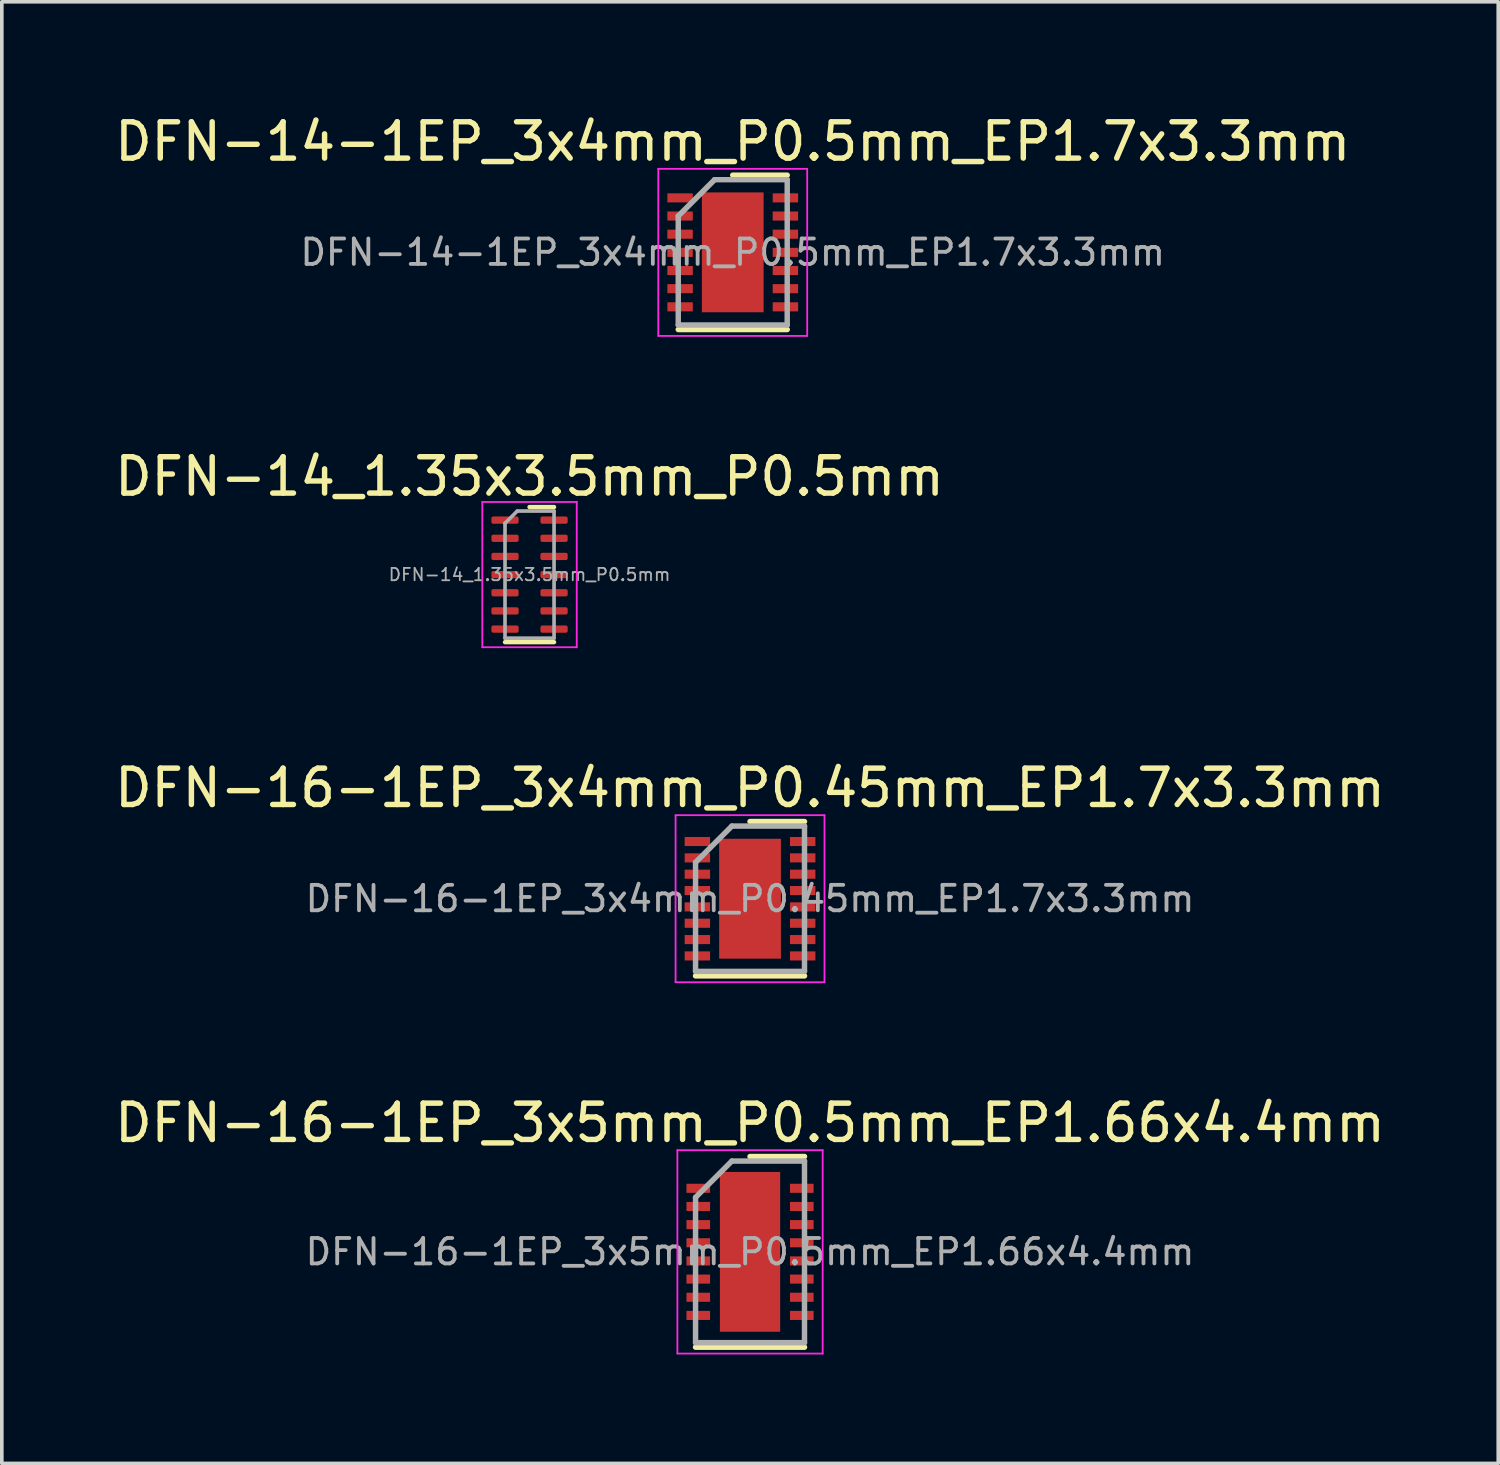
<source format=kicad_pcb>
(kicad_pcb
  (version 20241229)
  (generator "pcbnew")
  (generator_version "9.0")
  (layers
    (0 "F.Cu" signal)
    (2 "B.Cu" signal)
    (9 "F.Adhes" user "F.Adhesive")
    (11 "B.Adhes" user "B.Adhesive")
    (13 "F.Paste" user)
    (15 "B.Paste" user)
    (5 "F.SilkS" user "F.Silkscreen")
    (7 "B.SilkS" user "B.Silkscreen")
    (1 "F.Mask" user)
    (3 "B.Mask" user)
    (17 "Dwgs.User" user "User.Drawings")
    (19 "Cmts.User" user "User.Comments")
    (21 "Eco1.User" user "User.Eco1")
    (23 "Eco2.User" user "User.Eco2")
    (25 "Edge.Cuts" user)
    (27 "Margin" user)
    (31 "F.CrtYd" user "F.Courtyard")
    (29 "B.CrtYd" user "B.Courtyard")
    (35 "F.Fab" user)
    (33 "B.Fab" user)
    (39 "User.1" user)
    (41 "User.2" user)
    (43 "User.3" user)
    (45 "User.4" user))
  (footprint "DFN-14-1EP_3x4mm_P0.5mm_EP1.7x3.3mm"
    (layer "F.Cu")
    (at 17.125 3.898)
    (property "Reference" "DFN-14-1EP_3x4mm_P0.5mm_EP1.7x3.3mm" (at 0 -3.05 0) (layer "F.SilkS") (effects (font (size 1 1) (thickness 0.15))))
    (attr smd)
    (fp_line (start -1.5 2.125) (end 1.5 2.125) (stroke (width 0.15) (type solid)) (layer "F.SilkS"))
    (fp_line (start 0 -2.125) (end 1.5 -2.125) (stroke (width 0.15) (type solid)) (layer "F.SilkS"))
    (fp_line (start -2.05 -2.3) (end -2.05 2.3) (stroke (width 0.05) (type solid)) (layer "F.CrtYd"))
    (fp_line (start -2.05 -2.3) (end 2.05 -2.3) (stroke (width 0.05) (type solid)) (layer "F.CrtYd"))
    (fp_line (start -2.05 2.3) (end 2.05 2.3) (stroke (width 0.05) (type solid)) (layer "F.CrtYd"))
    (fp_line (start 2.05 -2.3) (end 2.05 2.3) (stroke (width 0.05) (type solid)) (layer "F.CrtYd"))
    (fp_line (start -1.5 -1) (end -0.5 -2) (stroke (width 0.15) (type solid)) (layer "F.Fab"))
    (fp_line (start -1.5 2) (end -1.5 -1) (stroke (width 0.15) (type solid)) (layer "F.Fab"))
    (fp_line (start -0.5 -2) (end 1.5 -2) (stroke (width 0.15) (type solid)) (layer "F.Fab"))
    (fp_line (start 1.5 -2) (end 1.5 2) (stroke (width 0.15) (type solid)) (layer "F.Fab"))
    (fp_line (start 1.5 2) (end -1.5 2) (stroke (width 0.15) (type solid)) (layer "F.Fab"))
    (fp_text user "${REFERENCE}" (at 0 0 0) (layer "F.Fab") (effects (font (size 0.7 0.7) (thickness 0.105))))
    (pad "" smd rect (at -0.425 -1.238) (size 0.685 0.67) (layers "F.Paste"))
    (pad "" smd rect (at -0.425 -0.412) (size 0.685 0.67) (layers "F.Paste"))
    (pad "" smd rect (at -0.425 0.412) (size 0.685 0.67) (layers "F.Paste"))
    (pad "" smd rect (at -0.425 1.238) (size 0.685 0.67) (layers "F.Paste"))
    (pad "" smd rect (at 0.425 -1.238) (size 0.685 0.67) (layers "F.Paste"))
    (pad "" smd rect (at 0.425 -0.412) (size 0.685 0.67) (layers "F.Paste"))
    (pad "" smd rect (at 0.425 0.412) (size 0.685 0.67) (layers "F.Paste"))
    (pad "" smd rect (at 0.425 1.238) (size 0.685 0.67) (layers "F.Paste"))
    (pad "1" smd rect (at -1.45 -1.5) (size 0.7 0.25) (layers "F.Cu" "F.Mask" "F.Paste"))
    (pad "2" smd rect (at -1.45 -1) (size 0.7 0.25) (layers "F.Cu" "F.Mask" "F.Paste"))
    (pad "3" smd rect (at -1.45 -0.5) (size 0.7 0.25) (layers "F.Cu" "F.Mask" "F.Paste"))
    (pad "4" smd rect (at -1.45 0) (size 0.7 0.25) (layers "F.Cu" "F.Mask" "F.Paste"))
    (pad "5" smd rect (at -1.45 0.5) (size 0.7 0.25) (layers "F.Cu" "F.Mask" "F.Paste"))
    (pad "6" smd rect (at -1.45 1) (size 0.7 0.25) (layers "F.Cu" "F.Mask" "F.Paste"))
    (pad "7" smd rect (at -1.45 1.5) (size 0.7 0.25) (layers "F.Cu" "F.Mask" "F.Paste"))
    (pad "8" smd rect (at 1.45 1.5) (size 0.7 0.25) (layers "F.Cu" "F.Mask" "F.Paste"))
    (pad "9" smd rect (at 1.45 1) (size 0.7 0.25) (layers "F.Cu" "F.Mask" "F.Paste"))
    (pad "10" smd rect (at 1.45 0.5) (size 0.7 0.25) (layers "F.Cu" "F.Mask" "F.Paste"))
    (pad "11" smd rect (at 1.45 0) (size 0.7 0.25) (layers "F.Cu" "F.Mask" "F.Paste"))
    (pad "12" smd rect (at 1.45 -0.5) (size 0.7 0.25) (layers "F.Cu" "F.Mask" "F.Paste"))
    (pad "13" smd rect (at 1.45 -1) (size 0.7 0.25) (layers "F.Cu" "F.Mask" "F.Paste"))
    (pad "14" smd rect (at 1.45 -1.5) (size 0.7 0.25) (layers "F.Cu" "F.Mask" "F.Paste"))
    (pad "15" smd rect (at 0 0) (size 1.7 3.3) (layers "F.Cu" "F.Mask")))
  (footprint "DFN-16-1EP_3x5mm_P0.5mm_EP1.66x4.4mm"
    (layer "F.Cu")
    (at 17.601 31.418)
    (property "Reference" "DFN-16-1EP_3x5mm_P0.5mm_EP1.66x4.4mm" (at 0 -3.55 0) (layer "F.SilkS") (effects (font (size 1 1) (thickness 0.15))))
    (attr smd)
    (fp_line (start -1.5 2.625) (end 1.5 2.625) (stroke (width 0.15) (type solid)) (layer "F.SilkS"))
    (fp_line (start 0 -2.625) (end 1.5 -2.625) (stroke (width 0.15) (type solid)) (layer "F.SilkS"))
    (fp_line (start -2 -2.8) (end -2 2.8) (stroke (width 0.05) (type solid)) (layer "F.CrtYd"))
    (fp_line (start -2 -2.8) (end 2 -2.8) (stroke (width 0.05) (type solid)) (layer "F.CrtYd"))
    (fp_line (start -2 2.8) (end 2 2.8) (stroke (width 0.05) (type solid)) (layer "F.CrtYd"))
    (fp_line (start 2 -2.8) (end 2 2.8) (stroke (width 0.05) (type solid)) (layer "F.CrtYd"))
    (fp_line (start -1.5 -1.5) (end -0.5 -2.5) (stroke (width 0.15) (type solid)) (layer "F.Fab"))
    (fp_line (start -1.5 2.5) (end -1.5 -1.5) (stroke (width 0.15) (type solid)) (layer "F.Fab"))
    (fp_line (start -0.5 -2.5) (end 1.5 -2.5) (stroke (width 0.15) (type solid)) (layer "F.Fab"))
    (fp_line (start 1.5 -2.5) (end 1.5 2.5) (stroke (width 0.15) (type solid)) (layer "F.Fab"))
    (fp_line (start 1.5 2.5) (end -1.5 2.5) (stroke (width 0.15) (type solid)) (layer "F.Fab"))
    (fp_text user "${REFERENCE}" (at 0 0 0) (layer "F.Fab") (effects (font (size 0.7 0.7) (thickness 0.105))))
    (pad "" smd rect (at -0.415 -1.76) (size 0.67 0.71) (layers "F.Paste"))
    (pad "" smd rect (at -0.415 -0.88) (size 0.67 0.71) (layers "F.Paste"))
    (pad "" smd rect (at -0.415 0) (size 0.67 0.71) (layers "F.Paste"))
    (pad "" smd rect (at -0.415 0.88) (size 0.67 0.71) (layers "F.Paste"))
    (pad "" smd rect (at -0.415 1.76) (size 0.67 0.71) (layers "F.Paste"))
    (pad "" smd rect (at 0.415 -1.76) (size 0.67 0.71) (layers "F.Paste"))
    (pad "" smd rect (at 0.415 -0.88) (size 0.67 0.71) (layers "F.Paste"))
    (pad "" smd rect (at 0.415 0) (size 0.67 0.71) (layers "F.Paste"))
    (pad "" smd rect (at 0.415 0.88) (size 0.67 0.71) (layers "F.Paste"))
    (pad "" smd rect (at 0.415 1.76) (size 0.67 0.71) (layers "F.Paste"))
    (pad "1" smd rect (at -1.425 -1.75) (size 0.65 0.25) (layers "F.Cu" "F.Mask" "F.Paste"))
    (pad "2" smd rect (at -1.425 -1.25) (size 0.65 0.25) (layers "F.Cu" "F.Mask" "F.Paste"))
    (pad "3" smd rect (at -1.425 -0.75) (size 0.65 0.25) (layers "F.Cu" "F.Mask" "F.Paste"))
    (pad "4" smd rect (at -1.425 -0.25) (size 0.65 0.25) (layers "F.Cu" "F.Mask" "F.Paste"))
    (pad "5" smd rect (at -1.425 0.25) (size 0.65 0.25) (layers "F.Cu" "F.Mask" "F.Paste"))
    (pad "6" smd rect (at -1.425 0.75) (size 0.65 0.25) (layers "F.Cu" "F.Mask" "F.Paste"))
    (pad "7" smd rect (at -1.425 1.25) (size 0.65 0.25) (layers "F.Cu" "F.Mask" "F.Paste"))
    (pad "8" smd rect (at -1.425 1.75) (size 0.65 0.25) (layers "F.Cu" "F.Mask" "F.Paste"))
    (pad "9" smd rect (at 1.425 1.75) (size 0.65 0.25) (layers "F.Cu" "F.Mask" "F.Paste"))
    (pad "10" smd rect (at 1.425 1.25) (size 0.65 0.25) (layers "F.Cu" "F.Mask" "F.Paste"))
    (pad "11" smd rect (at 1.425 0.75) (size 0.65 0.25) (layers "F.Cu" "F.Mask" "F.Paste"))
    (pad "12" smd rect (at 1.425 0.25) (size 0.65 0.25) (layers "F.Cu" "F.Mask" "F.Paste"))
    (pad "13" smd rect (at 1.425 -0.25) (size 0.65 0.25) (layers "F.Cu" "F.Mask" "F.Paste"))
    (pad "14" smd rect (at 1.425 -0.75) (size 0.65 0.25) (layers "F.Cu" "F.Mask" "F.Paste"))
    (pad "15" smd rect (at 1.425 -1.25) (size 0.65 0.25) (layers "F.Cu" "F.Mask" "F.Paste"))
    (pad "16" smd rect (at 1.425 -1.75) (size 0.65 0.25) (layers "F.Cu" "F.Mask" "F.Paste"))
    (pad "17" smd rect (at 0 0) (size 1.66 4.4) (layers "F.Cu" "F.Mask")))
  (footprint "DFN-16-1EP_3x4mm_P0.45mm_EP1.7x3.3mm"
    (layer "F.Cu")
    (at 17.601 21.695)
    (property "Reference" "DFN-16-1EP_3x4mm_P0.45mm_EP1.7x3.3mm" (at 0 -3.05 0) (layer "F.SilkS") (effects (font (size 1 1) (thickness 0.15))))
    (attr smd)
    (fp_line (start -1.5 2.125) (end 1.5 2.125) (stroke (width 0.15) (type solid)) (layer "F.SilkS"))
    (fp_line (start 0 -2.125) (end 1.5 -2.125) (stroke (width 0.15) (type solid)) (layer "F.SilkS"))
    (fp_line (start -2.05 -2.3) (end -2.05 2.3) (stroke (width 0.05) (type solid)) (layer "F.CrtYd"))
    (fp_line (start -2.05 -2.3) (end 2.05 -2.3) (stroke (width 0.05) (type solid)) (layer "F.CrtYd"))
    (fp_line (start -2.05 2.3) (end 2.05 2.3) (stroke (width 0.05) (type solid)) (layer "F.CrtYd"))
    (fp_line (start 2.05 -2.3) (end 2.05 2.3) (stroke (width 0.05) (type solid)) (layer "F.CrtYd"))
    (fp_line (start -1.5 -1) (end -0.5 -2) (stroke (width 0.15) (type solid)) (layer "F.Fab"))
    (fp_line (start -1.5 2) (end -1.5 -1) (stroke (width 0.15) (type solid)) (layer "F.Fab"))
    (fp_line (start -0.5 -2) (end 1.5 -2) (stroke (width 0.15) (type solid)) (layer "F.Fab"))
    (fp_line (start 1.5 -2) (end 1.5 2) (stroke (width 0.15) (type solid)) (layer "F.Fab"))
    (fp_line (start 1.5 2) (end -1.5 2) (stroke (width 0.15) (type solid)) (layer "F.Fab"))
    (fp_text user "${REFERENCE}" (at 0 0 0) (layer "F.Fab") (effects (font (size 0.7 0.7) (thickness 0.105))))
    (pad "" smd rect (at -0.425 -1.238) (size 0.685 0.67) (layers "F.Paste"))
    (pad "" smd rect (at -0.425 -0.412) (size 0.685 0.67) (layers "F.Paste"))
    (pad "" smd rect (at -0.425 0.412) (size 0.685 0.67) (layers "F.Paste"))
    (pad "" smd rect (at -0.425 1.238) (size 0.685 0.67) (layers "F.Paste"))
    (pad "" smd rect (at 0.425 -1.238) (size 0.685 0.67) (layers "F.Paste"))
    (pad "" smd rect (at 0.425 -0.412) (size 0.685 0.67) (layers "F.Paste"))
    (pad "" smd rect (at 0.425 0.412) (size 0.685 0.67) (layers "F.Paste"))
    (pad "" smd rect (at 0.425 1.238) (size 0.685 0.67) (layers "F.Paste"))
    (pad "1" smd rect (at -1.45 -1.575) (size 0.7 0.25) (layers "F.Cu" "F.Mask" "F.Paste"))
    (pad "2" smd rect (at -1.45 -1.125) (size 0.7 0.25) (layers "F.Cu" "F.Mask" "F.Paste"))
    (pad "3" smd rect (at -1.45 -0.675) (size 0.7 0.25) (layers "F.Cu" "F.Mask" "F.Paste"))
    (pad "4" smd rect (at -1.45 -0.225) (size 0.7 0.25) (layers "F.Cu" "F.Mask" "F.Paste"))
    (pad "5" smd rect (at -1.45 0.225) (size 0.7 0.25) (layers "F.Cu" "F.Mask" "F.Paste"))
    (pad "6" smd rect (at -1.45 0.675) (size 0.7 0.25) (layers "F.Cu" "F.Mask" "F.Paste"))
    (pad "7" smd rect (at -1.45 1.125) (size 0.7 0.25) (layers "F.Cu" "F.Mask" "F.Paste"))
    (pad "8" smd rect (at -1.45 1.575) (size 0.7 0.25) (layers "F.Cu" "F.Mask" "F.Paste"))
    (pad "9" smd rect (at 1.45 1.575) (size 0.7 0.25) (layers "F.Cu" "F.Mask" "F.Paste"))
    (pad "10" smd rect (at 1.45 1.125) (size 0.7 0.25) (layers "F.Cu" "F.Mask" "F.Paste"))
    (pad "11" smd rect (at 1.45 0.675) (size 0.7 0.25) (layers "F.Cu" "F.Mask" "F.Paste"))
    (pad "12" smd rect (at 1.45 0.225) (size 0.7 0.25) (layers "F.Cu" "F.Mask" "F.Paste"))
    (pad "13" smd rect (at 1.45 -0.225) (size 0.7 0.25) (layers "F.Cu" "F.Mask" "F.Paste"))
    (pad "14" smd rect (at 1.45 -0.675) (size 0.7 0.25) (layers "F.Cu" "F.Mask" "F.Paste"))
    (pad "15" smd rect (at 1.45 -1.125) (size 0.7 0.25) (layers "F.Cu" "F.Mask" "F.Paste"))
    (pad "16" smd rect (at 1.45 -1.575) (size 0.7 0.25) (layers "F.Cu" "F.Mask" "F.Paste"))
    (pad "17" smd rect (at 0 0) (size 1.7 3.3) (layers "F.Cu" "F.Mask")))
  (footprint "DFN-14_1.35x3.5mm_P0.5mm"
    (layer "F.Cu")
    (at 11.53 12.771)
    (property "Reference" "DFN-14_1.35x3.5mm_P0.5mm" (at 0 -2.7 0) (layer "F.SilkS") (effects (font (size 1 1) (thickness 0.15))))
    (attr smd)
    (fp_line (start -0.675 1.86) (end 0.675 1.86) (stroke (width 0.12) (type solid)) (layer "F.SilkS"))
    (fp_line (start 0 -1.86) (end 0.675 -1.86) (stroke (width 0.12) (type solid)) (layer "F.SilkS"))
    (fp_line (start -1.3 -2) (end -1.3 2) (stroke (width 0.05) (type solid)) (layer "F.CrtYd"))
    (fp_line (start -1.3 2) (end 1.3 2) (stroke (width 0.05) (type solid)) (layer "F.CrtYd"))
    (fp_line (start 1.3 -2) (end -1.3 -2) (stroke (width 0.05) (type solid)) (layer "F.CrtYd"))
    (fp_line (start 1.3 2) (end 1.3 -2) (stroke (width 0.05) (type solid)) (layer "F.CrtYd"))
    (fp_line (start -0.675 -1.413) (end -0.338 -1.75) (stroke (width 0.1) (type solid)) (layer "F.Fab"))
    (fp_line (start -0.675 1.75) (end -0.675 -1.413) (stroke (width 0.1) (type solid)) (layer "F.Fab"))
    (fp_line (start -0.338 -1.75) (end 0.675 -1.75) (stroke (width 0.1) (type solid)) (layer "F.Fab"))
    (fp_line (start 0.675 -1.75) (end 0.675 1.75) (stroke (width 0.1) (type solid)) (layer "F.Fab"))
    (fp_line (start 0.675 1.75) (end -0.675 1.75) (stroke (width 0.1) (type solid)) (layer "F.Fab"))
    (fp_text user "${REFERENCE}" (at 0 0 0) (layer "F.Fab") (effects (font (size 0.34 0.34) (thickness 0.05))))
    (pad "1" smd roundrect (at -0.675 -1.5) (size 0.75 0.2) (layers "F.Cu" "F.Mask" "F.Paste") (roundrect_rratio 0.25))
    (pad "2" smd roundrect (at -0.675 -1) (size 0.75 0.2) (layers "F.Cu" "F.Mask" "F.Paste") (roundrect_rratio 0.25))
    (pad "3" smd roundrect (at -0.675 -0.5) (size 0.75 0.2) (layers "F.Cu" "F.Mask" "F.Paste") (roundrect_rratio 0.25))
    (pad "4" smd roundrect (at -0.675 0) (size 0.75 0.2) (layers "F.Cu" "F.Mask" "F.Paste") (roundrect_rratio 0.25))
    (pad "5" smd roundrect (at -0.675 0.5) (size 0.75 0.2) (layers "F.Cu" "F.Mask" "F.Paste") (roundrect_rratio 0.25))
    (pad "6" smd roundrect (at -0.675 1) (size 0.75 0.2) (layers "F.Cu" "F.Mask" "F.Paste") (roundrect_rratio 0.25))
    (pad "7" smd roundrect (at -0.675 1.5) (size 0.75 0.2) (layers "F.Cu" "F.Mask" "F.Paste") (roundrect_rratio 0.25))
    (pad "8" smd roundrect (at 0.675 1.5) (size 0.75 0.2) (layers "F.Cu" "F.Mask" "F.Paste") (roundrect_rratio 0.25))
    (pad "9" smd roundrect (at 0.675 1) (size 0.75 0.2) (layers "F.Cu" "F.Mask" "F.Paste") (roundrect_rratio 0.25))
    (pad "10" smd roundrect (at 0.675 0.5) (size 0.75 0.2) (layers "F.Cu" "F.Mask" "F.Paste") (roundrect_rratio 0.25))
    (pad "11" smd roundrect (at 0.675 0) (size 0.75 0.2) (layers "F.Cu" "F.Mask" "F.Paste") (roundrect_rratio 0.25))
    (pad "12" smd roundrect (at 0.675 -0.5) (size 0.75 0.2) (layers "F.Cu" "F.Mask" "F.Paste") (roundrect_rratio 0.25))
    (pad "13" smd roundrect (at 0.675 -1) (size 0.75 0.2) (layers "F.Cu" "F.Mask" "F.Paste") (roundrect_rratio 0.25))
    (pad "14" smd roundrect (at 0.675 -1.5) (size 0.75 0.2) (layers "F.Cu" "F.Mask" "F.Paste") (roundrect_rratio 0.25)))
  (gr_rect
    (start -3 -3)
    (end 38.202 37.243)
    (stroke (width 0.1) (type default))
    (fill no)
    (layer "Edge.Cuts")))
</source>
